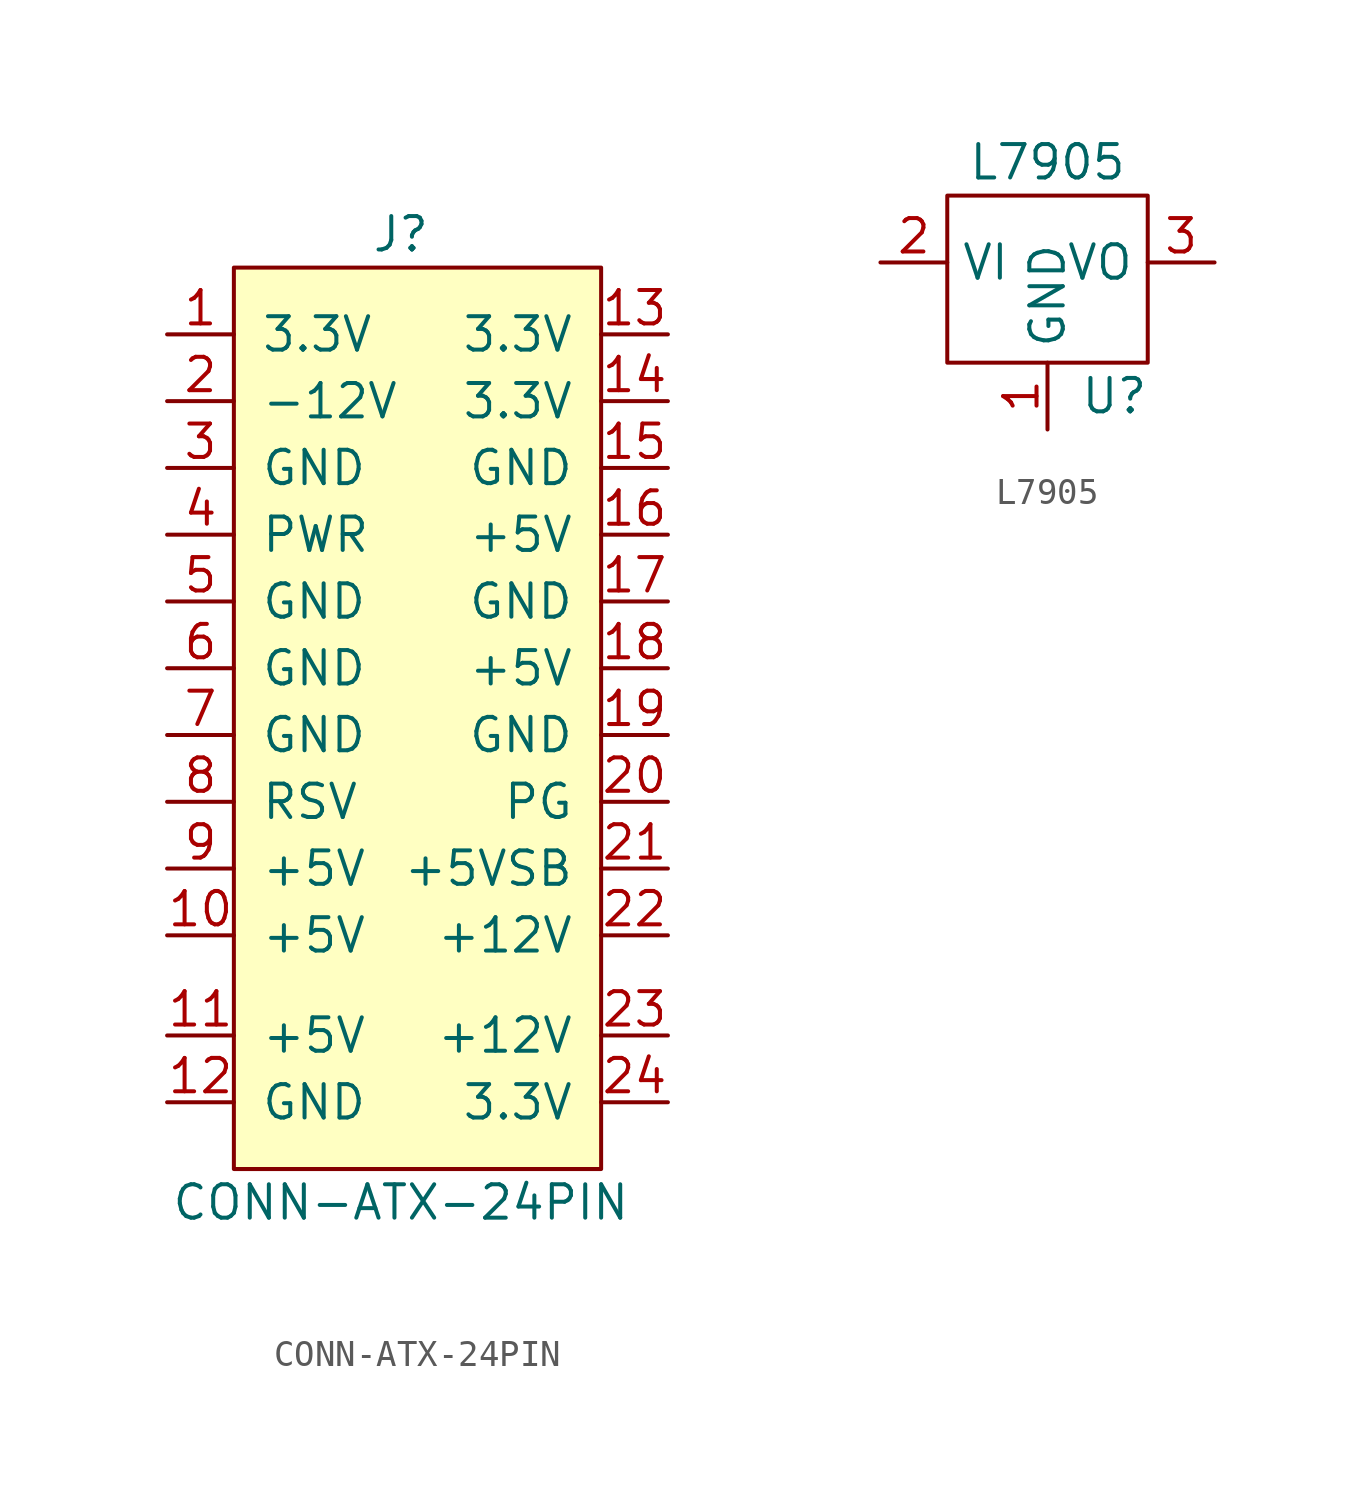
<source format=kicad_sym>
(kicad_symbol_lib
  (version 20211014)
  (generator kicad_symbol_editor)
  (symbol "CONN-ATX-24PIN"
    (pin_names
      (offset 1.016))
    (property "Reference" "J"
      (at 0 17.78 0)
      (effects (font (size 1.27 1.27))))
    (property "Value" "CONN-ATX-24PIN"
      (at 0 -19.05 0)
      (effects (font (size 1.27 1.27))))
    (symbol "CONN-ATX-24PIN_0_1"
      (rectangle (start -6.35 16.51) (end 7.62 -17.78) (stroke (width 0) (type default) (color 0 0 0 0)) (fill (type background))))
    (symbol "CONN-ATX-24PIN_1_1"
      (pin input line (at -8.89 13.97 0) (length 2.54) (name "3.3V" (effects (font (size 1.27 1.27)))) (number "1" (effects (font (size 1.27 1.27)))))
      (pin input line (at -8.89 -8.89 0) (length 2.54) (name "+5V" (effects (font (size 1.27 1.27)))) (number "10" (effects (font (size 1.27 1.27)))))
      (pin input line (at -8.89 -12.7 0) (length 2.54) (name "+5V" (effects (font (size 1.27 1.27)))) (number "11" (effects (font (size 1.27 1.27)))))
      (pin input line (at -8.89 -15.24 0) (length 2.54) (name "GND" (effects (font (size 1.27 1.27)))) (number "12" (effects (font (size 1.27 1.27)))))
      (pin input line (at 10.16 13.97 180) (length 2.54) (name "3.3V" (effects (font (size 1.27 1.27)))) (number "13" (effects (font (size 1.27 1.27)))))
      (pin input line (at 10.16 11.43 180) (length 2.54) (name "3.3V" (effects (font (size 1.27 1.27)))) (number "14" (effects (font (size 1.27 1.27)))))
      (pin input line (at 10.16 8.89 180) (length 2.54) (name "GND" (effects (font (size 1.27 1.27)))) (number "15" (effects (font (size 1.27 1.27)))))
      (pin input line (at 10.16 6.35 180) (length 2.54) (name "+5V" (effects (font (size 1.27 1.27)))) (number "16" (effects (font (size 1.27 1.27)))))
      (pin input line (at 10.16 3.81 180) (length 2.54) (name "GND" (effects (font (size 1.27 1.27)))) (number "17" (effects (font (size 1.27 1.27)))))
      (pin input line (at 10.16 1.27 180) (length 2.54) (name "+5V" (effects (font (size 1.27 1.27)))) (number "18" (effects (font (size 1.27 1.27)))))
      (pin input line (at 10.16 -1.27 180) (length 2.54) (name "GND" (effects (font (size 1.27 1.27)))) (number "19" (effects (font (size 1.27 1.27)))))
      (pin input line (at -8.89 11.43 0) (length 2.54) (name "-12V" (effects (font (size 1.27 1.27)))) (number "2" (effects (font (size 1.27 1.27)))))
      (pin input line (at 10.16 -3.81 180) (length 2.54) (name "PG" (effects (font (size 1.27 1.27)))) (number "20" (effects (font (size 1.27 1.27)))))
      (pin input line (at 10.16 -6.35 180) (length 2.54) (name "+5VSB" (effects (font (size 1.27 1.27)))) (number "21" (effects (font (size 1.27 1.27)))))
      (pin input line (at 10.16 -8.89 180) (length 2.54) (name "+12V" (effects (font (size 1.27 1.27)))) (number "22" (effects (font (size 1.27 1.27)))))
      (pin input line (at 10.16 -12.7 180) (length 2.54) (name "+12V" (effects (font (size 1.27 1.27)))) (number "23" (effects (font (size 1.27 1.27)))))
      (pin input line (at 10.16 -15.24 180) (length 2.54) (name "3.3V" (effects (font (size 1.27 1.27)))) (number "24" (effects (font (size 1.27 1.27)))))
      (pin input line (at -8.89 8.89 0) (length 2.54) (name "GND" (effects (font (size 1.27 1.27)))) (number "3" (effects (font (size 1.27 1.27)))))
      (pin input line (at -8.89 6.35 0) (length 2.54) (name "PWR" (effects (font (size 1.27 1.27)))) (number "4" (effects (font (size 1.27 1.27)))))
      (pin input line (at -8.89 3.81 0) (length 2.54) (name "GND" (effects (font (size 1.27 1.27)))) (number "5" (effects (font (size 1.27 1.27)))))
      (pin input line (at -8.89 1.27 0) (length 2.54) (name "GND" (effects (font (size 1.27 1.27)))) (number "6" (effects (font (size 1.27 1.27)))))
      (pin input line (at -8.89 -1.27 0) (length 2.54) (name "GND" (effects (font (size 1.27 1.27)))) (number "7" (effects (font (size 1.27 1.27)))))
      (pin input line (at -8.89 -3.81 0) (length 2.54) (name "RSV" (effects (font (size 1.27 1.27)))) (number "8" (effects (font (size 1.27 1.27)))))
      (pin input line (at -8.89 -6.35 0) (length 2.54) (name "+5V" (effects (font (size 1.27 1.27)))) (number "9" (effects (font (size 1.27 1.27)))))))
  (symbol "L7905"
    (property "Reference" "U"
      (at 2.54 1.27 0)
      (effects (font (size 1.27 1.27))))
    (property "Value" "L7905"
      (at 0 10.16 0)
      (effects (font (size 1.27 1.27))))
    (symbol "L7905_0_1"
      (rectangle (start -3.81 2.54) (end 3.81 8.89) (stroke (width 0.152) (type default) (color 0 0 0 0)) (fill (type none))))
    (symbol "L7905_1_1"
      (pin input line (at 0 0 90) (length 2.54) (name "GND" (effects (font (size 1.27 1.27)))) (number "1" (effects (font (size 1.27 1.27)))))
      (pin input line (at -6.35 6.35 0) (length 2.54) (name "VI" (effects (font (size 1.27 1.27)))) (number "2" (effects (font (size 1.27 1.27)))))
      (pin input line (at 6.35 6.35 180) (length 2.54) (name "VO" (effects (font (size 1.27 1.27)))) (number "3" (effects (font (size 1.27 1.27))))))))
</source>
